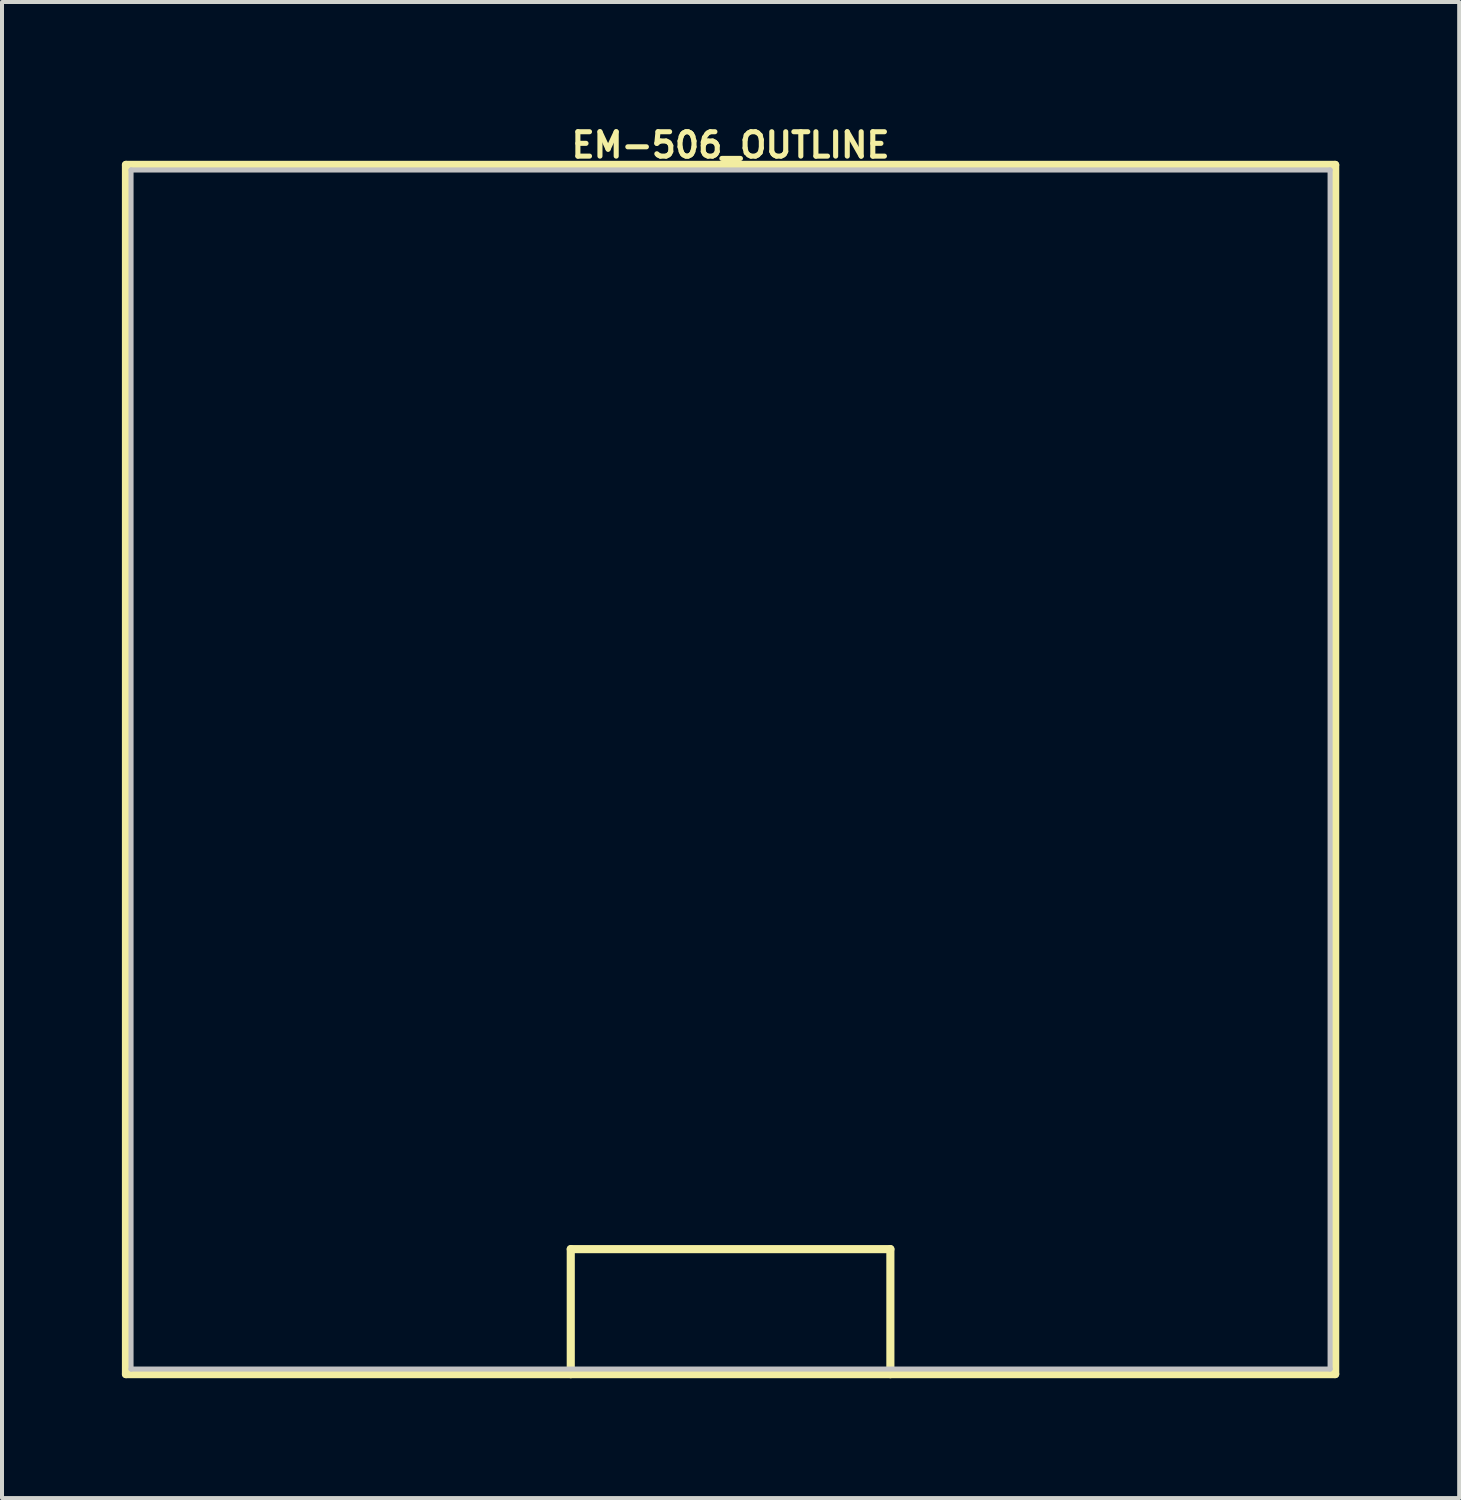
<source format=kicad_pcb>
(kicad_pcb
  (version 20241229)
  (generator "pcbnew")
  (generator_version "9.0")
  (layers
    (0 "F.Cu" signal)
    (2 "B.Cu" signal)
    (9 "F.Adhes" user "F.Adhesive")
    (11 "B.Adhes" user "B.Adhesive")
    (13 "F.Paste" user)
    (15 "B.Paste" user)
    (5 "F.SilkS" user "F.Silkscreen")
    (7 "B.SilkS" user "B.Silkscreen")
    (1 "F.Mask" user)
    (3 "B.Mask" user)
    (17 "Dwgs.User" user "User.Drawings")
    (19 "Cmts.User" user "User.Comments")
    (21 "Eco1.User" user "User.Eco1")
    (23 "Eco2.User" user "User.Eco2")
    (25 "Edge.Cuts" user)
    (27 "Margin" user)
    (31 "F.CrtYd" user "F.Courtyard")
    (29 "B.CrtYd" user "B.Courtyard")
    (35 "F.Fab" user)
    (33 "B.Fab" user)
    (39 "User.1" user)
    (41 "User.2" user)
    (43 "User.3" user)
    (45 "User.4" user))
  (footprint "EM-506_OUTLINE"
    (layer "F.Cu")
    (at 15.227 16.201)
    (property "Reference" "EM-506_OUTLINE" (at 0 -15.621 0) (layer "F.SilkS") (effects (font (size 0.61 0.61) (thickness 0.127))))
    (attr exclude_from_pos_files exclude_from_bom)
    (fp_line (start -15.126 -15.126) (end 15.126 -15.126) (stroke (width 0.203) (type solid)) (layer "F.SilkS"))
    (fp_line (start -15.126 15.126) (end -15.126 -15.126) (stroke (width 0.203) (type solid)) (layer "F.SilkS"))
    (fp_line (start -3.998 11.999) (end 3.998 11.999) (stroke (width 0.203) (type solid)) (layer "F.SilkS"))
    (fp_line (start -3.998 15.126) (end -15.126 15.126) (stroke (width 0.203) (type solid)) (layer "F.SilkS"))
    (fp_line (start -3.998 15.126) (end -3.998 11.999) (stroke (width 0.203) (type solid)) (layer "F.SilkS"))
    (fp_line (start 3.998 15.126) (end -3.998 15.126) (stroke (width 0.203) (type solid)) (layer "F.SilkS"))
    (fp_line (start 3.998 15.126) (end 3.998 11.999) (stroke (width 0.203) (type solid)) (layer "F.SilkS"))
    (fp_line (start 15.126 -15.126) (end 15.126 15.126) (stroke (width 0.203) (type solid)) (layer "F.SilkS"))
    (fp_line (start 15.126 15.126) (end 3.998 15.126) (stroke (width 0.203) (type solid)) (layer "F.SilkS"))
    (fp_line (start -14.999 -14.999) (end 14.999 -14.999) (stroke (width 0.127) (type solid)) (layer "Dwgs.User"))
    (fp_line (start -14.999 14.999) (end -14.999 -14.999) (stroke (width 0.127) (type solid)) (layer "Dwgs.User"))
    (fp_line (start 14.999 -14.999) (end 14.999 14.999) (stroke (width 0.127) (type solid)) (layer "Dwgs.User"))
    (fp_line (start 14.999 14.999) (end -14.999 14.999) (stroke (width 0.127) (type solid)) (layer "Dwgs.User")))
  (gr_rect
    (start -3 -3)
    (end 33.455 34.428)
    (stroke (width 0.1) (type default))
    (fill no)
    (layer "Edge.Cuts")))
</source>
